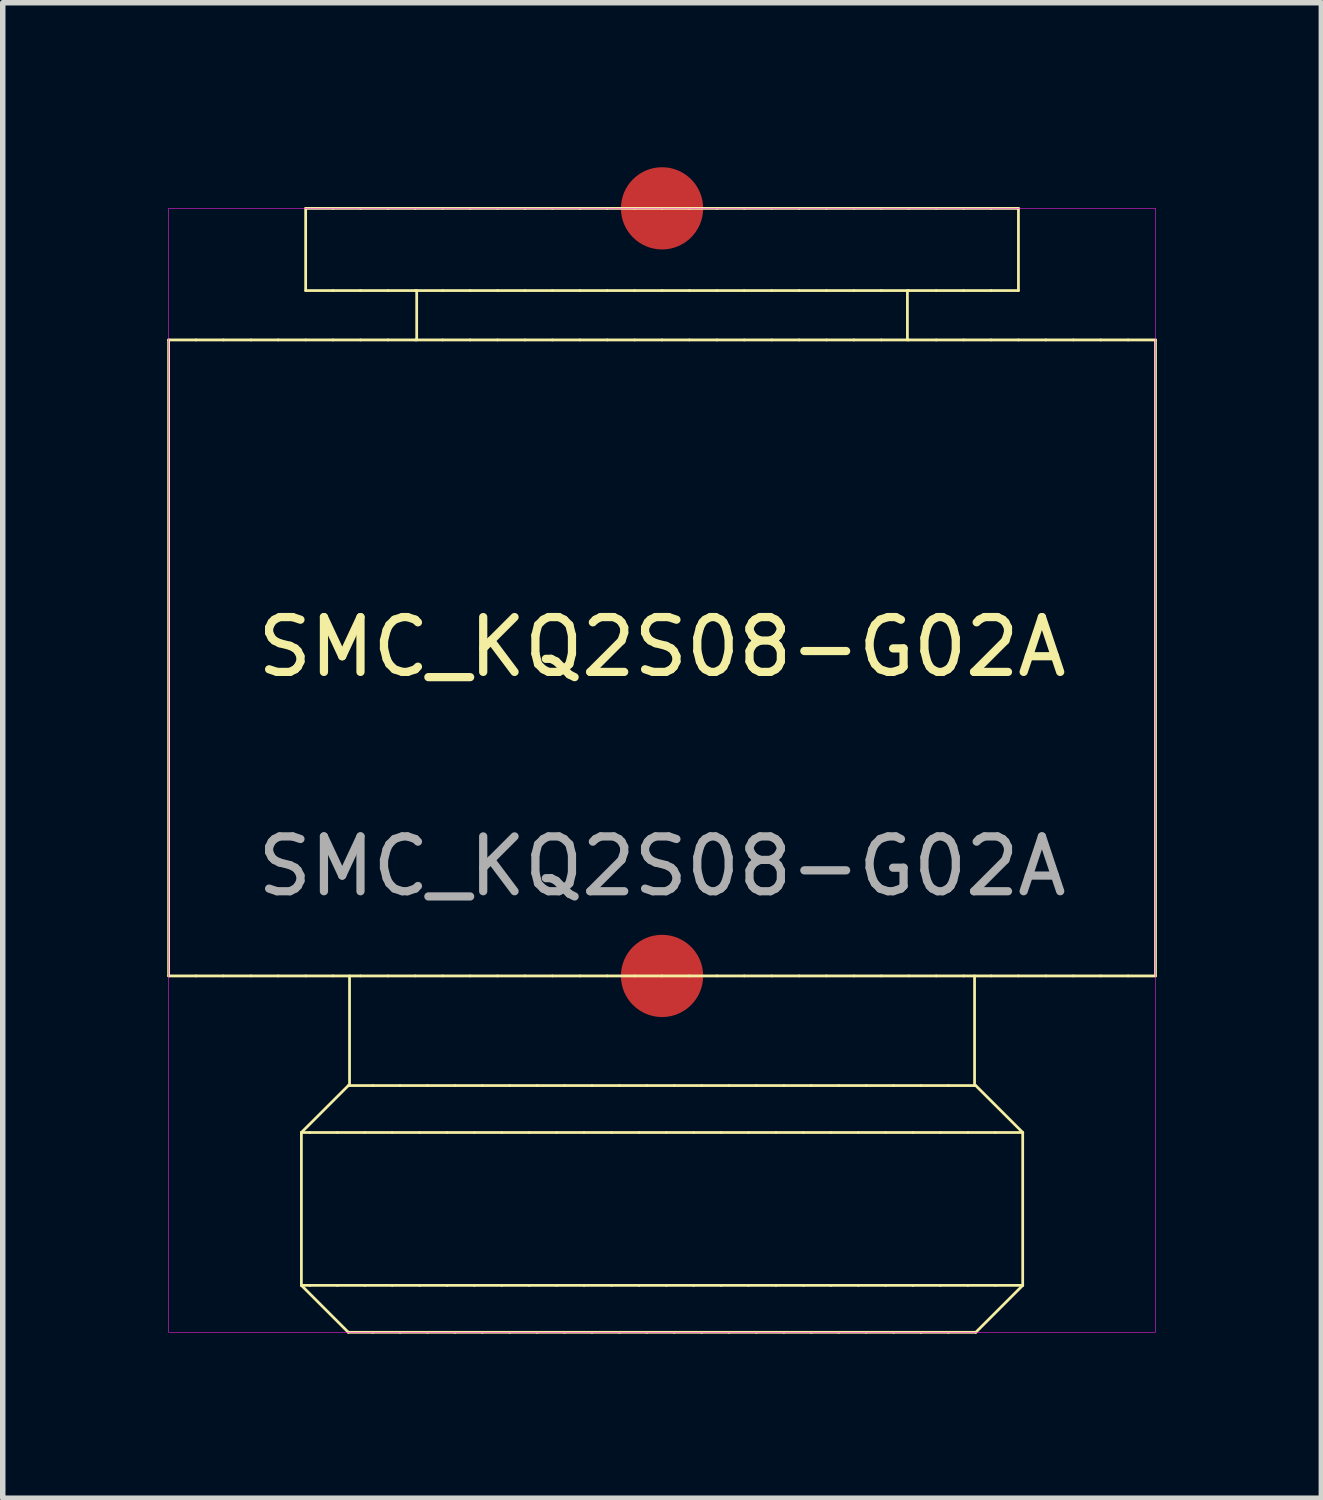
<source format=kicad_pcb>
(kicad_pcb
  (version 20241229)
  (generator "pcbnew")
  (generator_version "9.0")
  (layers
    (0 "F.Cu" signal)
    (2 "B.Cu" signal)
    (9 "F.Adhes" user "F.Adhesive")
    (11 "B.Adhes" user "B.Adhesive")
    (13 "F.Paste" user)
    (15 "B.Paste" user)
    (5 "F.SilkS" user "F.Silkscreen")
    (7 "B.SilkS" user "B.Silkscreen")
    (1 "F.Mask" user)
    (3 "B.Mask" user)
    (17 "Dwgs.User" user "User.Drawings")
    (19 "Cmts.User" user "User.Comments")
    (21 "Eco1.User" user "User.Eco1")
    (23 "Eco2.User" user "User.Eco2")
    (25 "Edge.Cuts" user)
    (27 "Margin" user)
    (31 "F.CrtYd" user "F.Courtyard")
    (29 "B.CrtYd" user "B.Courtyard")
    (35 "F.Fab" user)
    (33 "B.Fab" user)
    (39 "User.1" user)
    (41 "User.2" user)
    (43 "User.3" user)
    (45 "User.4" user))
  (footprint "SMC_KQ2S08-G02A"
    (layer "F.Cu")
    (at 9.025 0.75)
    (property "Reference" "SMC_KQ2S08-G02A" (at 0 8 0) (unlocked yes) (layer "F.SilkS") (effects (font (size 1 1) (thickness 0.15))))
    (fp_line (start -9 14) (end -9 2.4) (stroke (width 0.05) (type solid)) (layer "F.SilkS"))
    (fp_line (start -8.5 2.4) (end -9 2.4) (stroke (width 0.05) (type solid)) (layer "F.SilkS"))
    (fp_line (start -8.5 14) (end -9 14) (stroke (width 0.05) (type solid)) (layer "F.SilkS"))
    (fp_line (start -8 2.4) (end -8.5 2.4) (stroke (width 0.05) (type solid)) (layer "F.SilkS"))
    (fp_line (start -8 14) (end -8.5 14) (stroke (width 0.05) (type solid)) (layer "F.SilkS"))
    (fp_line (start -7.5 2.4) (end -8 2.4) (stroke (width 0.05) (type solid)) (layer "F.SilkS"))
    (fp_line (start -7.5 14) (end -8 14) (stroke (width 0.05) (type solid)) (layer "F.SilkS"))
    (fp_line (start -7 2.4) (end -7.5 2.4) (stroke (width 0.05) (type solid)) (layer "F.SilkS"))
    (fp_line (start -7 14) (end -7.5 14) (stroke (width 0.05) (type solid)) (layer "F.SilkS"))
    (fp_line (start -6.578 19.644) (end -6.578 16.856) (stroke (width 0.05) (type solid)) (layer "F.SilkS"))
    (fp_line (start -6.5 1.5) (end -6.5 0) (stroke (width 0.05) (type solid)) (layer "F.SilkS"))
    (fp_line (start -6.5 2.4) (end -7 2.4) (stroke (width 0.05) (type solid)) (layer "F.SilkS"))
    (fp_line (start -6.5 14) (end -7 14) (stroke (width 0.05) (type solid)) (layer "F.SilkS"))
    (fp_line (start -6.422 16.856) (end -6.578 16.856) (stroke (width 0.05) (type solid)) (layer "F.SilkS"))
    (fp_line (start -6.422 19.644) (end -6.578 19.644) (stroke (width 0.05) (type solid)) (layer "F.SilkS"))
    (fp_line (start -6 0) (end -6.5 0) (stroke (width 0.05) (type solid)) (layer "F.SilkS"))
    (fp_line (start -6 1.5) (end -6.5 1.5) (stroke (width 0.05) (type solid)) (layer "F.SilkS"))
    (fp_line (start -6 2.4) (end -6.5 2.4) (stroke (width 0.05) (type solid)) (layer "F.SilkS"))
    (fp_line (start -6 14) (end -6.5 14) (stroke (width 0.05) (type solid)) (layer "F.SilkS"))
    (fp_line (start -5.922 16.856) (end -6.422 16.856) (stroke (width 0.05) (type solid)) (layer "F.SilkS"))
    (fp_line (start -5.922 19.644) (end -6.422 19.644) (stroke (width 0.05) (type solid)) (layer "F.SilkS"))
    (fp_line (start -5.722 16) (end -6.579 16.856) (stroke (width 0.05) (type solid)) (layer "F.SilkS"))
    (fp_line (start -5.722 20.5) (end -6.578 19.644) (stroke (width 0.05) (type solid)) (layer "F.SilkS"))
    (fp_line (start -5.7 16) (end -5.7 14) (stroke (width 0.05) (type solid)) (layer "F.SilkS"))
    (fp_line (start -5.5 0) (end -6 0) (stroke (width 0.05) (type solid)) (layer "F.SilkS"))
    (fp_line (start -5.5 1.5) (end -6 1.5) (stroke (width 0.05) (type solid)) (layer "F.SilkS"))
    (fp_line (start -5.5 2.4) (end -6 2.4) (stroke (width 0.05) (type solid)) (layer "F.SilkS"))
    (fp_line (start -5.5 14) (end -6 14) (stroke (width 0.05) (type solid)) (layer "F.SilkS"))
    (fp_line (start -5.422 16.856) (end -5.922 16.856) (stroke (width 0.05) (type solid)) (layer "F.SilkS"))
    (fp_line (start -5.422 19.644) (end -5.922 19.644) (stroke (width 0.05) (type solid)) (layer "F.SilkS"))
    (fp_line (start -5.278 16) (end -5.722 16) (stroke (width 0.05) (type solid)) (layer "F.SilkS"))
    (fp_line (start -5.278 20.5) (end -5.722 20.5) (stroke (width 0.05) (type solid)) (layer "F.SilkS"))
    (fp_line (start -5 0) (end -5.5 0) (stroke (width 0.05) (type solid)) (layer "F.SilkS"))
    (fp_line (start -5 1.5) (end -5.5 1.5) (stroke (width 0.05) (type solid)) (layer "F.SilkS"))
    (fp_line (start -5 2.4) (end -5.5 2.4) (stroke (width 0.05) (type solid)) (layer "F.SilkS"))
    (fp_line (start -5 14) (end -5.5 14) (stroke (width 0.05) (type solid)) (layer "F.SilkS"))
    (fp_line (start -4.922 16.856) (end -5.422 16.856) (stroke (width 0.05) (type solid)) (layer "F.SilkS"))
    (fp_line (start -4.922 19.644) (end -5.422 19.644) (stroke (width 0.05) (type solid)) (layer "F.SilkS"))
    (fp_line (start -4.778 16) (end -5.278 16) (stroke (width 0.05) (type solid)) (layer "F.SilkS"))
    (fp_line (start -4.778 20.5) (end -5.278 20.5) (stroke (width 0.05) (type solid)) (layer "F.SilkS"))
    (fp_line (start -4.5 0) (end -5 0) (stroke (width 0.05) (type solid)) (layer "F.SilkS"))
    (fp_line (start -4.5 1.5) (end -5 1.5) (stroke (width 0.05) (type solid)) (layer "F.SilkS"))
    (fp_line (start -4.5 2.4) (end -5 2.4) (stroke (width 0.05) (type solid)) (layer "F.SilkS"))
    (fp_line (start -4.5 14) (end -5 14) (stroke (width 0.05) (type solid)) (layer "F.SilkS"))
    (fp_line (start -4.475 2.4) (end -4.475 1.5) (stroke (width 0.05) (type solid)) (layer "F.SilkS"))
    (fp_line (start -4.422 16.856) (end -4.922 16.856) (stroke (width 0.05) (type solid)) (layer "F.SilkS"))
    (fp_line (start -4.422 19.644) (end -4.922 19.644) (stroke (width 0.05) (type solid)) (layer "F.SilkS"))
    (fp_line (start -4.278 16) (end -4.778 16) (stroke (width 0.05) (type solid)) (layer "F.SilkS"))
    (fp_line (start -4.278 20.5) (end -4.778 20.5) (stroke (width 0.05) (type solid)) (layer "F.SilkS"))
    (fp_line (start -4 0) (end -4.5 0) (stroke (width 0.05) (type solid)) (layer "F.SilkS"))
    (fp_line (start -4 1.5) (end -4.5 1.5) (stroke (width 0.05) (type solid)) (layer "F.SilkS"))
    (fp_line (start -4 2.4) (end -4.5 2.4) (stroke (width 0.05) (type solid)) (layer "F.SilkS"))
    (fp_line (start -4 14) (end -4.5 14) (stroke (width 0.05) (type solid)) (layer "F.SilkS"))
    (fp_line (start -3.922 16.856) (end -4.422 16.856) (stroke (width 0.05) (type solid)) (layer "F.SilkS"))
    (fp_line (start -3.922 19.644) (end -4.422 19.644) (stroke (width 0.05) (type solid)) (layer "F.SilkS"))
    (fp_line (start -3.778 16) (end -4.278 16) (stroke (width 0.05) (type solid)) (layer "F.SilkS"))
    (fp_line (start -3.778 20.5) (end -4.278 20.5) (stroke (width 0.05) (type solid)) (layer "F.SilkS"))
    (fp_line (start -3.5 0) (end -4 0) (stroke (width 0.05) (type solid)) (layer "F.SilkS"))
    (fp_line (start -3.5 1.5) (end -4 1.5) (stroke (width 0.05) (type solid)) (layer "F.SilkS"))
    (fp_line (start -3.5 2.4) (end -4 2.4) (stroke (width 0.05) (type solid)) (layer "F.SilkS"))
    (fp_line (start -3.5 14) (end -4 14) (stroke (width 0.05) (type solid)) (layer "F.SilkS"))
    (fp_line (start -3.422 16.856) (end -3.922 16.856) (stroke (width 0.05) (type solid)) (layer "F.SilkS"))
    (fp_line (start -3.422 19.644) (end -3.922 19.644) (stroke (width 0.05) (type solid)) (layer "F.SilkS"))
    (fp_line (start -3.278 16) (end -3.778 16) (stroke (width 0.05) (type solid)) (layer "F.SilkS"))
    (fp_line (start -3.278 20.5) (end -3.778 20.5) (stroke (width 0.05) (type solid)) (layer "F.SilkS"))
    (fp_line (start -3 0) (end -3.5 0) (stroke (width 0.05) (type solid)) (layer "F.SilkS"))
    (fp_line (start -3 1.5) (end -3.5 1.5) (stroke (width 0.05) (type solid)) (layer "F.SilkS"))
    (fp_line (start -3 2.4) (end -3.5 2.4) (stroke (width 0.05) (type solid)) (layer "F.SilkS"))
    (fp_line (start -3 14) (end -3.5 14) (stroke (width 0.05) (type solid)) (layer "F.SilkS"))
    (fp_line (start -2.922 16.856) (end -3.422 16.856) (stroke (width 0.05) (type solid)) (layer "F.SilkS"))
    (fp_line (start -2.922 19.644) (end -3.422 19.644) (stroke (width 0.05) (type solid)) (layer "F.SilkS"))
    (fp_line (start -2.778 16) (end -3.278 16) (stroke (width 0.05) (type solid)) (layer "F.SilkS"))
    (fp_line (start -2.778 20.5) (end -3.278 20.5) (stroke (width 0.05) (type solid)) (layer "F.SilkS"))
    (fp_line (start -2.5 0) (end -3 0) (stroke (width 0.05) (type solid)) (layer "F.SilkS"))
    (fp_line (start -2.5 1.5) (end -3 1.5) (stroke (width 0.05) (type solid)) (layer "F.SilkS"))
    (fp_line (start -2.5 2.4) (end -3 2.4) (stroke (width 0.05) (type solid)) (layer "F.SilkS"))
    (fp_line (start -2.5 14) (end -3 14) (stroke (width 0.05) (type solid)) (layer "F.SilkS"))
    (fp_line (start -2.422 16.856) (end -2.922 16.856) (stroke (width 0.05) (type solid)) (layer "F.SilkS"))
    (fp_line (start -2.422 19.644) (end -2.922 19.644) (stroke (width 0.05) (type solid)) (layer "F.SilkS"))
    (fp_line (start -2.278 16) (end -2.778 16) (stroke (width 0.05) (type solid)) (layer "F.SilkS"))
    (fp_line (start -2.278 20.5) (end -2.778 20.5) (stroke (width 0.05) (type solid)) (layer "F.SilkS"))
    (fp_line (start -2 0) (end -2.5 0) (stroke (width 0.05) (type solid)) (layer "F.SilkS"))
    (fp_line (start -2 1.5) (end -2.5 1.5) (stroke (width 0.05) (type solid)) (layer "F.SilkS"))
    (fp_line (start -2 2.4) (end -2.5 2.4) (stroke (width 0.05) (type solid)) (layer "F.SilkS"))
    (fp_line (start -2 14) (end -2.5 14) (stroke (width 0.05) (type solid)) (layer "F.SilkS"))
    (fp_line (start -1.922 16.856) (end -2.422 16.856) (stroke (width 0.05) (type solid)) (layer "F.SilkS"))
    (fp_line (start -1.922 19.644) (end -2.422 19.644) (stroke (width 0.05) (type solid)) (layer "F.SilkS"))
    (fp_line (start -1.778 16) (end -2.278 16) (stroke (width 0.05) (type solid)) (layer "F.SilkS"))
    (fp_line (start -1.778 20.5) (end -2.278 20.5) (stroke (width 0.05) (type solid)) (layer "F.SilkS"))
    (fp_line (start -1.5 0) (end -2 0) (stroke (width 0.05) (type solid)) (layer "F.SilkS"))
    (fp_line (start -1.5 1.5) (end -2 1.5) (stroke (width 0.05) (type solid)) (layer "F.SilkS"))
    (fp_line (start -1.5 2.4) (end -2 2.4) (stroke (width 0.05) (type solid)) (layer "F.SilkS"))
    (fp_line (start -1.5 14) (end -2 14) (stroke (width 0.05) (type solid)) (layer "F.SilkS"))
    (fp_line (start -1.422 16.856) (end -1.922 16.856) (stroke (width 0.05) (type solid)) (layer "F.SilkS"))
    (fp_line (start -1.422 19.644) (end -1.922 19.644) (stroke (width 0.05) (type solid)) (layer "F.SilkS"))
    (fp_line (start -1.278 16) (end -1.778 16) (stroke (width 0.05) (type solid)) (layer "F.SilkS"))
    (fp_line (start -1.278 20.5) (end -1.778 20.5) (stroke (width 0.05) (type solid)) (layer "F.SilkS"))
    (fp_line (start -1 0) (end -1.5 0) (stroke (width 0.05) (type solid)) (layer "F.SilkS"))
    (fp_line (start -1 1.5) (end -1.5 1.5) (stroke (width 0.05) (type solid)) (layer "F.SilkS"))
    (fp_line (start -1 2.4) (end -1.5 2.4) (stroke (width 0.05) (type solid)) (layer "F.SilkS"))
    (fp_line (start -1 14) (end -1.5 14) (stroke (width 0.05) (type solid)) (layer "F.SilkS"))
    (fp_line (start -0.922 16.856) (end -1.422 16.856) (stroke (width 0.05) (type solid)) (layer "F.SilkS"))
    (fp_line (start -0.922 19.644) (end -1.422 19.644) (stroke (width 0.05) (type solid)) (layer "F.SilkS"))
    (fp_line (start -0.778 16) (end -1.278 16) (stroke (width 0.05) (type solid)) (layer "F.SilkS"))
    (fp_line (start -0.778 20.5) (end -1.278 20.5) (stroke (width 0.05) (type solid)) (layer "F.SilkS"))
    (fp_line (start -0.5 0) (end -1 0) (stroke (width 0.05) (type solid)) (layer "F.SilkS"))
    (fp_line (start -0.5 1.5) (end -1 1.5) (stroke (width 0.05) (type solid)) (layer "F.SilkS"))
    (fp_line (start -0.5 2.4) (end -1 2.4) (stroke (width 0.05) (type solid)) (layer "F.SilkS"))
    (fp_line (start -0.5 14) (end -1 14) (stroke (width 0.05) (type solid)) (layer "F.SilkS"))
    (fp_line (start -0.422 16.856) (end -0.922 16.856) (stroke (width 0.05) (type solid)) (layer "F.SilkS"))
    (fp_line (start -0.422 19.644) (end -0.922 19.644) (stroke (width 0.05) (type solid)) (layer "F.SilkS"))
    (fp_line (start -0.278 16) (end -0.778 16) (stroke (width 0.05) (type solid)) (layer "F.SilkS"))
    (fp_line (start -0.278 20.5) (end -0.778 20.5) (stroke (width 0.05) (type solid)) (layer "F.SilkS"))
    (fp_line (start 0 0) (end -0.5 0) (stroke (width 0.05) (type solid)) (layer "F.SilkS"))
    (fp_line (start 0 1.5) (end -0.5 1.5) (stroke (width 0.05) (type solid)) (layer "F.SilkS"))
    (fp_line (start 0 2.4) (end -0.5 2.4) (stroke (width 0.05) (type solid)) (layer "F.SilkS"))
    (fp_line (start 0 14) (end -0.5 14) (stroke (width 0.05) (type solid)) (layer "F.SilkS"))
    (fp_line (start 0.078 16.856) (end -0.422 16.856) (stroke (width 0.05) (type solid)) (layer "F.SilkS"))
    (fp_line (start 0.078 19.644) (end -0.422 19.644) (stroke (width 0.05) (type solid)) (layer "F.SilkS"))
    (fp_line (start 0.222 16) (end -0.278 16) (stroke (width 0.05) (type solid)) (layer "F.SilkS"))
    (fp_line (start 0.222 20.5) (end -0.278 20.5) (stroke (width 0.05) (type solid)) (layer "F.SilkS"))
    (fp_line (start 0.5 0) (end 0 0) (stroke (width 0.05) (type solid)) (layer "F.SilkS"))
    (fp_line (start 0.5 1.5) (end 0 1.5) (stroke (width 0.05) (type solid)) (layer "F.SilkS"))
    (fp_line (start 0.5 2.4) (end 0 2.4) (stroke (width 0.05) (type solid)) (layer "F.SilkS"))
    (fp_line (start 0.5 14) (end 0 14) (stroke (width 0.05) (type solid)) (layer "F.SilkS"))
    (fp_line (start 0.578 16.856) (end 0.078 16.856) (stroke (width 0.05) (type solid)) (layer "F.SilkS"))
    (fp_line (start 0.578 19.644) (end 0.078 19.644) (stroke (width 0.05) (type solid)) (layer "F.SilkS"))
    (fp_line (start 0.722 16) (end 0.222 16) (stroke (width 0.05) (type solid)) (layer "F.SilkS"))
    (fp_line (start 0.722 20.5) (end 0.222 20.5) (stroke (width 0.05) (type solid)) (layer "F.SilkS"))
    (fp_line (start 1 0) (end 0.5 0) (stroke (width 0.05) (type solid)) (layer "F.SilkS"))
    (fp_line (start 1 1.5) (end 0.5 1.5) (stroke (width 0.05) (type solid)) (layer "F.SilkS"))
    (fp_line (start 1 2.4) (end 0.5 2.4) (stroke (width 0.05) (type solid)) (layer "F.SilkS"))
    (fp_line (start 1 14) (end 0.5 14) (stroke (width 0.05) (type solid)) (layer "F.SilkS"))
    (fp_line (start 1.078 16.856) (end 0.578 16.856) (stroke (width 0.05) (type solid)) (layer "F.SilkS"))
    (fp_line (start 1.078 19.644) (end 0.578 19.644) (stroke (width 0.05) (type solid)) (layer "F.SilkS"))
    (fp_line (start 1.222 16) (end 0.722 16) (stroke (width 0.05) (type solid)) (layer "F.SilkS"))
    (fp_line (start 1.222 20.5) (end 0.722 20.5) (stroke (width 0.05) (type solid)) (layer "F.SilkS"))
    (fp_line (start 1.5 0) (end 1 0) (stroke (width 0.05) (type solid)) (layer "F.SilkS"))
    (fp_line (start 1.5 1.5) (end 1 1.5) (stroke (width 0.05) (type solid)) (layer "F.SilkS"))
    (fp_line (start 1.5 2.4) (end 1 2.4) (stroke (width 0.05) (type solid)) (layer "F.SilkS"))
    (fp_line (start 1.5 14) (end 1 14) (stroke (width 0.05) (type solid)) (layer "F.SilkS"))
    (fp_line (start 1.578 16.856) (end 1.078 16.856) (stroke (width 0.05) (type solid)) (layer "F.SilkS"))
    (fp_line (start 1.578 19.644) (end 1.078 19.644) (stroke (width 0.05) (type solid)) (layer "F.SilkS"))
    (fp_line (start 1.722 16) (end 1.222 16) (stroke (width 0.05) (type solid)) (layer "F.SilkS"))
    (fp_line (start 1.722 20.5) (end 1.222 20.5) (stroke (width 0.05) (type solid)) (layer "F.SilkS"))
    (fp_line (start 2 0) (end 1.5 0) (stroke (width 0.05) (type solid)) (layer "F.SilkS"))
    (fp_line (start 2 1.5) (end 1.5 1.5) (stroke (width 0.05) (type solid)) (layer "F.SilkS"))
    (fp_line (start 2 2.4) (end 1.5 2.4) (stroke (width 0.05) (type solid)) (layer "F.SilkS"))
    (fp_line (start 2 14) (end 1.5 14) (stroke (width 0.05) (type solid)) (layer "F.SilkS"))
    (fp_line (start 2.078 16.856) (end 1.578 16.856) (stroke (width 0.05) (type solid)) (layer "F.SilkS"))
    (fp_line (start 2.078 19.644) (end 1.578 19.644) (stroke (width 0.05) (type solid)) (layer "F.SilkS"))
    (fp_line (start 2.222 16) (end 1.722 16) (stroke (width 0.05) (type solid)) (layer "F.SilkS"))
    (fp_line (start 2.222 20.5) (end 1.722 20.5) (stroke (width 0.05) (type solid)) (layer "F.SilkS"))
    (fp_line (start 2.5 0) (end 2 0) (stroke (width 0.05) (type solid)) (layer "F.SilkS"))
    (fp_line (start 2.5 1.5) (end 2 1.5) (stroke (width 0.05) (type solid)) (layer "F.SilkS"))
    (fp_line (start 2.5 2.4) (end 2 2.4) (stroke (width 0.05) (type solid)) (layer "F.SilkS"))
    (fp_line (start 2.5 14) (end 2 14) (stroke (width 0.05) (type solid)) (layer "F.SilkS"))
    (fp_line (start 2.578 16.856) (end 2.078 16.856) (stroke (width 0.05) (type solid)) (layer "F.SilkS"))
    (fp_line (start 2.578 19.644) (end 2.078 19.644) (stroke (width 0.05) (type solid)) (layer "F.SilkS"))
    (fp_line (start 2.722 16) (end 2.222 16) (stroke (width 0.05) (type solid)) (layer "F.SilkS"))
    (fp_line (start 2.722 20.5) (end 2.222 20.5) (stroke (width 0.05) (type solid)) (layer "F.SilkS"))
    (fp_line (start 3 0) (end 2.5 0) (stroke (width 0.05) (type solid)) (layer "F.SilkS"))
    (fp_line (start 3 1.5) (end 2.5 1.5) (stroke (width 0.05) (type solid)) (layer "F.SilkS"))
    (fp_line (start 3 2.4) (end 2.5 2.4) (stroke (width 0.05) (type solid)) (layer "F.SilkS"))
    (fp_line (start 3 14) (end 2.5 14) (stroke (width 0.05) (type solid)) (layer "F.SilkS"))
    (fp_line (start 3.078 16.856) (end 2.578 16.856) (stroke (width 0.05) (type solid)) (layer "F.SilkS"))
    (fp_line (start 3.078 19.644) (end 2.578 19.644) (stroke (width 0.05) (type solid)) (layer "F.SilkS"))
    (fp_line (start 3.222 16) (end 2.722 16) (stroke (width 0.05) (type solid)) (layer "F.SilkS"))
    (fp_line (start 3.222 20.5) (end 2.722 20.5) (stroke (width 0.05) (type solid)) (layer "F.SilkS"))
    (fp_line (start 3.5 0) (end 3 0) (stroke (width 0.05) (type solid)) (layer "F.SilkS"))
    (fp_line (start 3.5 1.5) (end 3 1.5) (stroke (width 0.05) (type solid)) (layer "F.SilkS"))
    (fp_line (start 3.5 2.4) (end 3 2.4) (stroke (width 0.05) (type solid)) (layer "F.SilkS"))
    (fp_line (start 3.5 14) (end 3 14) (stroke (width 0.05) (type solid)) (layer "F.SilkS"))
    (fp_line (start 3.578 16.856) (end 3.078 16.856) (stroke (width 0.05) (type solid)) (layer "F.SilkS"))
    (fp_line (start 3.578 19.644) (end 3.078 19.644) (stroke (width 0.05) (type solid)) (layer "F.SilkS"))
    (fp_line (start 3.722 16) (end 3.222 16) (stroke (width 0.05) (type solid)) (layer "F.SilkS"))
    (fp_line (start 3.722 20.5) (end 3.222 20.5) (stroke (width 0.05) (type solid)) (layer "F.SilkS"))
    (fp_line (start 4 0) (end 3.5 0) (stroke (width 0.05) (type solid)) (layer "F.SilkS"))
    (fp_line (start 4 1.5) (end 3.5 1.5) (stroke (width 0.05) (type solid)) (layer "F.SilkS"))
    (fp_line (start 4 2.4) (end 3.5 2.4) (stroke (width 0.05) (type solid)) (layer "F.SilkS"))
    (fp_line (start 4 14) (end 3.5 14) (stroke (width 0.05) (type solid)) (layer "F.SilkS"))
    (fp_line (start 4.078 16.856) (end 3.578 16.856) (stroke (width 0.05) (type solid)) (layer "F.SilkS"))
    (fp_line (start 4.078 19.644) (end 3.578 19.644) (stroke (width 0.05) (type solid)) (layer "F.SilkS"))
    (fp_line (start 4.222 16) (end 3.722 16) (stroke (width 0.05) (type solid)) (layer "F.SilkS"))
    (fp_line (start 4.222 20.5) (end 3.722 20.5) (stroke (width 0.05) (type solid)) (layer "F.SilkS"))
    (fp_line (start 4.475 2.4) (end 4.475 1.5) (stroke (width 0.05) (type solid)) (layer "F.SilkS"))
    (fp_line (start 4.5 0) (end 4 0) (stroke (width 0.05) (type solid)) (layer "F.SilkS"))
    (fp_line (start 4.5 1.5) (end 4 1.5) (stroke (width 0.05) (type solid)) (layer "F.SilkS"))
    (fp_line (start 4.5 2.4) (end 4 2.4) (stroke (width 0.05) (type solid)) (layer "F.SilkS"))
    (fp_line (start 4.5 14) (end 4 14) (stroke (width 0.05) (type solid)) (layer "F.SilkS"))
    (fp_line (start 4.578 16.856) (end 4.078 16.856) (stroke (width 0.05) (type solid)) (layer "F.SilkS"))
    (fp_line (start 4.578 19.644) (end 4.078 19.644) (stroke (width 0.05) (type solid)) (layer "F.SilkS"))
    (fp_line (start 4.722 16) (end 4.222 16) (stroke (width 0.05) (type solid)) (layer "F.SilkS"))
    (fp_line (start 4.722 20.5) (end 4.222 20.5) (stroke (width 0.05) (type solid)) (layer "F.SilkS"))
    (fp_line (start 5 0) (end 4.5 0) (stroke (width 0.05) (type solid)) (layer "F.SilkS"))
    (fp_line (start 5 1.5) (end 4.5 1.5) (stroke (width 0.05) (type solid)) (layer "F.SilkS"))
    (fp_line (start 5 2.4) (end 4.5 2.4) (stroke (width 0.05) (type solid)) (layer "F.SilkS"))
    (fp_line (start 5 14) (end 4.5 14) (stroke (width 0.05) (type solid)) (layer "F.SilkS"))
    (fp_line (start 5.078 16.856) (end 4.578 16.856) (stroke (width 0.05) (type solid)) (layer "F.SilkS"))
    (fp_line (start 5.078 19.644) (end 4.578 19.644) (stroke (width 0.05) (type solid)) (layer "F.SilkS"))
    (fp_line (start 5.222 16) (end 4.722 16) (stroke (width 0.05) (type solid)) (layer "F.SilkS"))
    (fp_line (start 5.222 20.5) (end 4.722 20.5) (stroke (width 0.05) (type solid)) (layer "F.SilkS"))
    (fp_line (start 5.5 0) (end 5 0) (stroke (width 0.05) (type solid)) (layer "F.SilkS"))
    (fp_line (start 5.5 1.5) (end 5 1.5) (stroke (width 0.05) (type solid)) (layer "F.SilkS"))
    (fp_line (start 5.5 2.4) (end 5 2.4) (stroke (width 0.05) (type solid)) (layer "F.SilkS"))
    (fp_line (start 5.5 14) (end 5 14) (stroke (width 0.05) (type solid)) (layer "F.SilkS"))
    (fp_line (start 5.578 16.856) (end 5.078 16.856) (stroke (width 0.05) (type solid)) (layer "F.SilkS"))
    (fp_line (start 5.578 19.644) (end 5.078 19.644) (stroke (width 0.05) (type solid)) (layer "F.SilkS"))
    (fp_line (start 5.7 16) (end 5.7 14) (stroke (width 0.05) (type solid)) (layer "F.SilkS"))
    (fp_line (start 5.722 16) (end 5.222 16) (stroke (width 0.05) (type solid)) (layer "F.SilkS"))
    (fp_line (start 5.722 16) (end 6.579 16.856) (stroke (width 0.05) (type solid)) (layer "F.SilkS"))
    (fp_line (start 5.722 20.5) (end 5.222 20.5) (stroke (width 0.05) (type solid)) (layer "F.SilkS"))
    (fp_line (start 5.722 20.5) (end 6.578 19.644) (stroke (width 0.05) (type solid)) (layer "F.SilkS"))
    (fp_line (start 6 0) (end 5.5 0) (stroke (width 0.05) (type solid)) (layer "F.SilkS"))
    (fp_line (start 6 1.5) (end 5.5 1.5) (stroke (width 0.05) (type solid)) (layer "F.SilkS"))
    (fp_line (start 6 2.4) (end 5.5 2.4) (stroke (width 0.05) (type solid)) (layer "F.SilkS"))
    (fp_line (start 6 14) (end 5.5 14) (stroke (width 0.05) (type solid)) (layer "F.SilkS"))
    (fp_line (start 6.078 16.856) (end 5.578 16.856) (stroke (width 0.05) (type solid)) (layer "F.SilkS"))
    (fp_line (start 6.078 19.644) (end 5.578 19.644) (stroke (width 0.05) (type solid)) (layer "F.SilkS"))
    (fp_line (start 6.5 0) (end 6 0) (stroke (width 0.05) (type solid)) (layer "F.SilkS"))
    (fp_line (start 6.5 1.5) (end 6 1.5) (stroke (width 0.05) (type solid)) (layer "F.SilkS"))
    (fp_line (start 6.5 1.5) (end 6.5 0) (stroke (width 0.05) (type solid)) (layer "F.SilkS"))
    (fp_line (start 6.5 2.4) (end 6 2.4) (stroke (width 0.05) (type solid)) (layer "F.SilkS"))
    (fp_line (start 6.5 14) (end 6 14) (stroke (width 0.05) (type solid)) (layer "F.SilkS"))
    (fp_line (start 6.578 16.856) (end 6.078 16.856) (stroke (width 0.05) (type solid)) (layer "F.SilkS"))
    (fp_line (start 6.578 19.644) (end 6.078 19.644) (stroke (width 0.05) (type solid)) (layer "F.SilkS"))
    (fp_line (start 6.578 19.644) (end 6.578 16.856) (stroke (width 0.05) (type solid)) (layer "F.SilkS"))
    (fp_line (start 7 2.4) (end 6.5 2.4) (stroke (width 0.05) (type solid)) (layer "F.SilkS"))
    (fp_line (start 7 14) (end 6.5 14) (stroke (width 0.05) (type solid)) (layer "F.SilkS"))
    (fp_line (start 7.5 2.4) (end 7 2.4) (stroke (width 0.05) (type solid)) (layer "F.SilkS"))
    (fp_line (start 7.5 14) (end 7 14) (stroke (width 0.05) (type solid)) (layer "F.SilkS"))
    (fp_line (start 8 2.4) (end 7.5 2.4) (stroke (width 0.05) (type solid)) (layer "F.SilkS"))
    (fp_line (start 8 14) (end 7.5 14) (stroke (width 0.05) (type solid)) (layer "F.SilkS"))
    (fp_line (start 8.5 2.4) (end 8 2.4) (stroke (width 0.05) (type solid)) (layer "F.SilkS"))
    (fp_line (start 8.5 14) (end 8 14) (stroke (width 0.05) (type solid)) (layer "F.SilkS"))
    (fp_line (start 9 2.4) (end 8.5 2.4) (stroke (width 0.05) (type solid)) (layer "F.SilkS"))
    (fp_line (start 9 14) (end 8.5 14) (stroke (width 0.05) (type solid)) (layer "F.SilkS"))
    (fp_line (start 9 14) (end 9 2.4) (stroke (width 0.05) (type solid)) (layer "F.SilkS"))
    (fp_rect (start -9 20.5) (end 9 0) (stroke (width 0.01) (type solid)) (fill no) (layer "F.CrtYd"))
    (fp_text user "${REFERENCE}" (at 0 12 0) (unlocked yes) (layer "F.Fab") (effects (font (size 1 1) (thickness 0.15))))
    (pad "1" smd circle (at 0 14) (size 1.5 1.5) (layers "F.Cu" "F.Mask" "F.Paste"))
    (pad "2" smd circle (at 0 0) (size 1.5 1.5) (layers "F.Cu" "F.Mask" "F.Paste")))
  (gr_rect
    (start -3 -3)
    (end 21.05 24.275)
    (stroke (width 0.1) (type default))
    (fill no)
    (layer "Edge.Cuts")))
</source>
